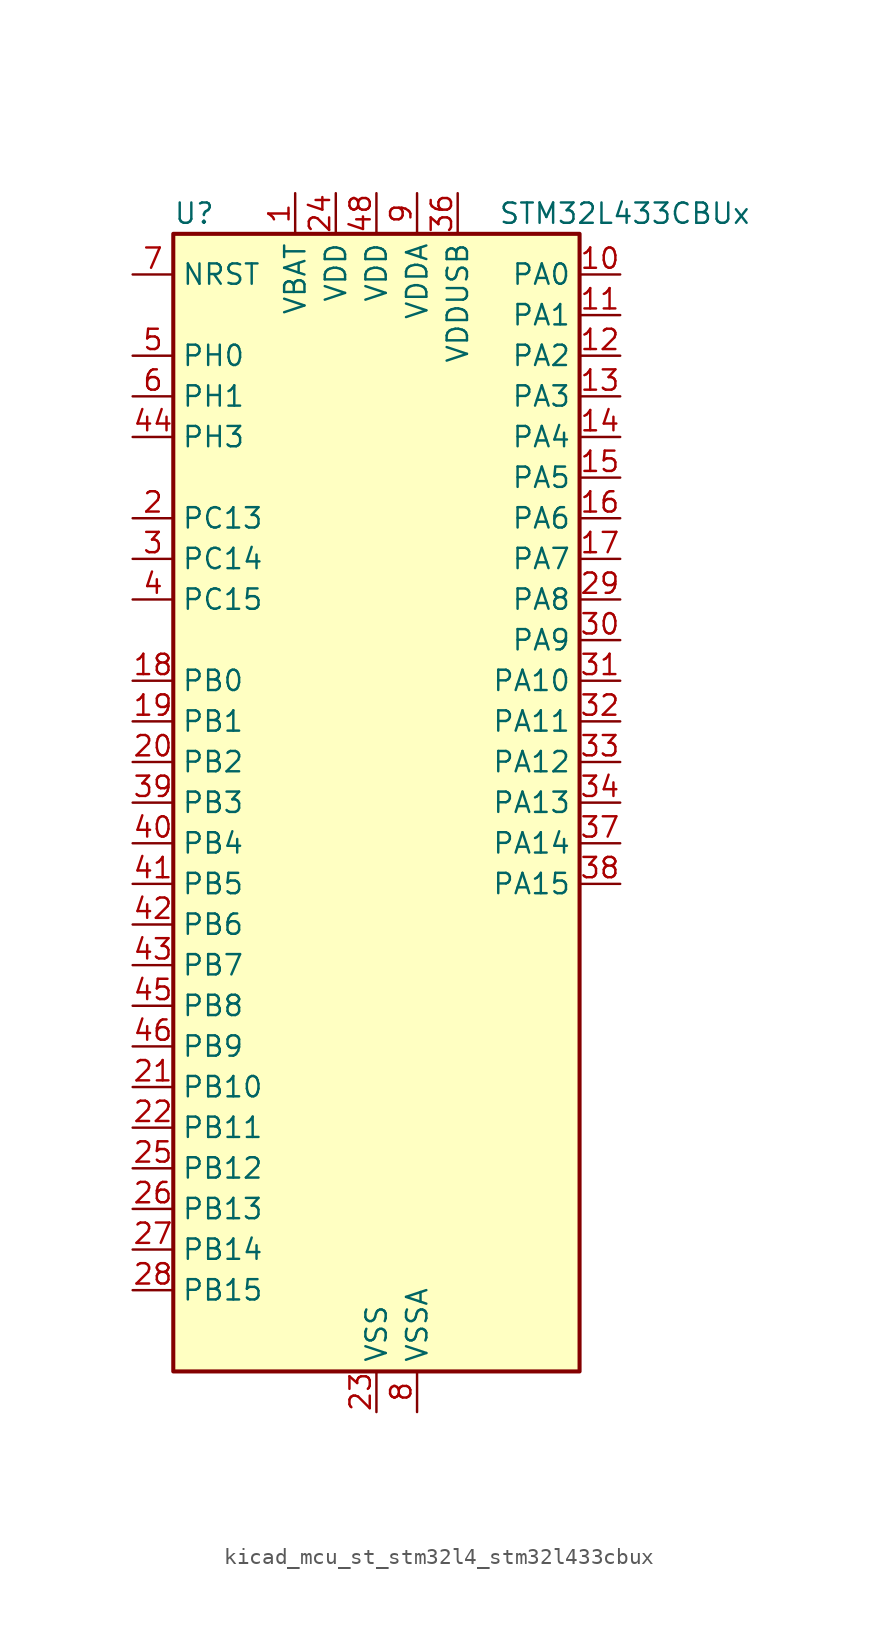
<source format=kicad_sym>
(kicad_symbol_lib
  (version 20220914)
  (generator kicad_symbol_editor)
  (symbol "kicad_mcu_st_stm32l4_stm32l433cbux"
    (property "Reference" "U"
      (at -12.7 36.83 0)
      (effects (font (size 1.27 1.27)) (justify left)))
    (property "Value" "STM32L433CBUx"
      (at 7.62 36.83 0)
      (effects (font (size 1.27 1.27)) (justify left)))
    (property "ki_locked" ""
      (at 0 0 0)
      (effects (font (size 1.27 1.27))))
    (symbol "kicad_mcu_st_stm32l4_stm32l433cbux_0_1"
      (rectangle (start -12.7 -35.56) (end 12.7 35.56) (stroke (width 0.254) (type default)) (fill (type background))))
    (symbol "kicad_mcu_st_stm32l4_stm32l433cbux_1_1"
      (pin power_in line (at -5.08 38.1 270) (length 2.54) (name "VBAT" (effects (font (size 1.27 1.27)))) (number "1" (effects (font (size 1.27 1.27)))))
      (pin bidirectional line (at 15.24 33.02 180) (length 2.54) (name "PA0" (effects (font (size 1.27 1.27)))) (number "10" (effects (font (size 1.27 1.27)))) (alternate "ADC1_IN5" bidirectional line) (alternate "COMP1_INM" bidirectional line) (alternate "COMP1_OUT" bidirectional line) (alternate "OPAMP1_VINP" bidirectional line) (alternate "RTC_TAMP2" bidirectional line) (alternate "SAI1_EXTCLK" bidirectional line) (alternate "SYS_WKUP1" bidirectional line) (alternate "TIM2_CH1" bidirectional line) (alternate "TIM2_ETR" bidirectional line) (alternate "USART2_CTS" bidirectional line))
      (pin bidirectional line (at 15.24 30.48 180) (length 2.54) (name "PA1" (effects (font (size 1.27 1.27)))) (number "11" (effects (font (size 1.27 1.27)))) (alternate "ADC1_IN6" bidirectional line) (alternate "COMP1_INP" bidirectional line) (alternate "I2C1_SMBA" bidirectional line) (alternate "LCD_SEG0" bidirectional line) (alternate "OPAMP1_VINM" bidirectional line) (alternate "SPI1_SCK" bidirectional line) (alternate "TIM15_CH1N" bidirectional line) (alternate "TIM2_CH2" bidirectional line) (alternate "USART2_DE" bidirectional line) (alternate "USART2_RTS" bidirectional line))
      (pin bidirectional line (at 15.24 27.94 180) (length 2.54) (name "PA2" (effects (font (size 1.27 1.27)))) (number "12" (effects (font (size 1.27 1.27)))) (alternate "ADC1_IN7" bidirectional line) (alternate "COMP2_INM" bidirectional line) (alternate "COMP2_OUT" bidirectional line) (alternate "LCD_SEG1" bidirectional line) (alternate "LPUART1_TX" bidirectional line) (alternate "QUADSPI_BK1_NCS" bidirectional line) (alternate "RCC_LSCO" bidirectional line) (alternate "SYS_WKUP4" bidirectional line) (alternate "TIM15_CH1" bidirectional line) (alternate "TIM2_CH3" bidirectional line) (alternate "USART2_TX" bidirectional line))
      (pin bidirectional line (at 15.24 25.4 180) (length 2.54) (name "PA3" (effects (font (size 1.27 1.27)))) (number "13" (effects (font (size 1.27 1.27)))) (alternate "ADC1_IN8" bidirectional line) (alternate "COMP2_INP" bidirectional line) (alternate "LCD_SEG2" bidirectional line) (alternate "LPUART1_RX" bidirectional line) (alternate "OPAMP1_VOUT" bidirectional line) (alternate "QUADSPI_CLK" bidirectional line) (alternate "SAI1_MCLK_A" bidirectional line) (alternate "TIM15_CH2" bidirectional line) (alternate "TIM2_CH4" bidirectional line) (alternate "USART2_RX" bidirectional line))
      (pin bidirectional line (at 15.24 22.86 180) (length 2.54) (name "PA4" (effects (font (size 1.27 1.27)))) (number "14" (effects (font (size 1.27 1.27)))) (alternate "ADC1_IN9" bidirectional line) (alternate "COMP1_INM" bidirectional line) (alternate "COMP2_INM" bidirectional line) (alternate "DAC1_OUT1" bidirectional line) (alternate "LPTIM2_OUT" bidirectional line) (alternate "SAI1_FS_B" bidirectional line) (alternate "SPI1_NSS" bidirectional line) (alternate "SPI3_NSS" bidirectional line) (alternate "USART2_CK" bidirectional line))
      (pin bidirectional line (at 15.24 20.32 180) (length 2.54) (name "PA5" (effects (font (size 1.27 1.27)))) (number "15" (effects (font (size 1.27 1.27)))) (alternate "ADC1_IN10" bidirectional line) (alternate "COMP1_INM" bidirectional line) (alternate "COMP2_INM" bidirectional line) (alternate "DAC1_OUT2" bidirectional line) (alternate "LPTIM2_ETR" bidirectional line) (alternate "SPI1_SCK" bidirectional line) (alternate "TIM2_CH1" bidirectional line) (alternate "TIM2_ETR" bidirectional line))
      (pin bidirectional line (at 15.24 17.78 180) (length 2.54) (name "PA6" (effects (font (size 1.27 1.27)))) (number "16" (effects (font (size 1.27 1.27)))) (alternate "ADC1_IN11" bidirectional line) (alternate "COMP1_OUT" bidirectional line) (alternate "LCD_SEG3" bidirectional line) (alternate "LPUART1_CTS" bidirectional line) (alternate "QUADSPI_BK1_IO3" bidirectional line) (alternate "SPI1_MISO" bidirectional line) (alternate "TIM16_CH1" bidirectional line) (alternate "TIM1_BKIN" bidirectional line) (alternate "TIM1_BKIN_COMP2" bidirectional line) (alternate "USART3_CTS" bidirectional line))
      (pin bidirectional line (at 15.24 15.24 180) (length 2.54) (name "PA7" (effects (font (size 1.27 1.27)))) (number "17" (effects (font (size 1.27 1.27)))) (alternate "ADC1_IN12" bidirectional line) (alternate "COMP2_OUT" bidirectional line) (alternate "I2C3_SCL" bidirectional line) (alternate "LCD_SEG4" bidirectional line) (alternate "QUADSPI_BK1_IO2" bidirectional line) (alternate "SPI1_MOSI" bidirectional line) (alternate "TIM1_CH1N" bidirectional line))
      (pin bidirectional line (at -15.24 7.62 0) (length 2.54) (name "PB0" (effects (font (size 1.27 1.27)))) (number "18" (effects (font (size 1.27 1.27)))) (alternate "ADC1_IN15" bidirectional line) (alternate "COMP1_OUT" bidirectional line) (alternate "LCD_SEG5" bidirectional line) (alternate "QUADSPI_BK1_IO1" bidirectional line) (alternate "SAI1_EXTCLK" bidirectional line) (alternate "SPI1_NSS" bidirectional line) (alternate "TIM1_CH2N" bidirectional line) (alternate "USART3_CK" bidirectional line))
      (pin bidirectional line (at -15.24 5.08 0) (length 2.54) (name "PB1" (effects (font (size 1.27 1.27)))) (number "19" (effects (font (size 1.27 1.27)))) (alternate "ADC1_IN16" bidirectional line) (alternate "COMP1_INM" bidirectional line) (alternate "LCD_SEG6" bidirectional line) (alternate "LPTIM2_IN1" bidirectional line) (alternate "LPUART1_DE" bidirectional line) (alternate "LPUART1_RTS" bidirectional line) (alternate "QUADSPI_BK1_IO0" bidirectional line) (alternate "TIM1_CH3N" bidirectional line) (alternate "USART3_DE" bidirectional line) (alternate "USART3_RTS" bidirectional line))
      (pin bidirectional line (at -15.24 17.78 0) (length 2.54) (name "PC13" (effects (font (size 1.27 1.27)))) (number "2" (effects (font (size 1.27 1.27)))) (alternate "RTC_OUT_ALARM" bidirectional line) (alternate "RTC_OUT_CALIB" bidirectional line) (alternate "RTC_TAMP1" bidirectional line) (alternate "RTC_TS" bidirectional line) (alternate "SYS_WKUP2" bidirectional line))
      (pin bidirectional line (at -15.24 2.54 0) (length 2.54) (name "PB2" (effects (font (size 1.27 1.27)))) (number "20" (effects (font (size 1.27 1.27)))) (alternate "COMP1_INP" bidirectional line) (alternate "I2C3_SMBA" bidirectional line) (alternate "LCD_VLCD" bidirectional line) (alternate "LPTIM1_OUT" bidirectional line) (alternate "RTC_OUT_ALARM" bidirectional line) (alternate "RTC_OUT_CALIB" bidirectional line))
      (pin bidirectional line (at -15.24 -17.78 0) (length 2.54) (name "PB10" (effects (font (size 1.27 1.27)))) (number "21" (effects (font (size 1.27 1.27)))) (alternate "COMP1_OUT" bidirectional line) (alternate "I2C2_SCL" bidirectional line) (alternate "LCD_SEG10" bidirectional line) (alternate "LPUART1_RX" bidirectional line) (alternate "QUADSPI_CLK" bidirectional line) (alternate "SAI1_SCK_A" bidirectional line) (alternate "SPI2_SCK" bidirectional line) (alternate "TIM2_CH3" bidirectional line) (alternate "TSC_SYNC" bidirectional line) (alternate "USART3_TX" bidirectional line))
      (pin bidirectional line (at -15.24 -20.32 0) (length 2.54) (name "PB11" (effects (font (size 1.27 1.27)))) (number "22" (effects (font (size 1.27 1.27)))) (alternate "ADC1_EXTI11" bidirectional line) (alternate "COMP2_OUT" bidirectional line) (alternate "I2C2_SDA" bidirectional line) (alternate "LCD_SEG11" bidirectional line) (alternate "LPUART1_TX" bidirectional line) (alternate "QUADSPI_BK1_NCS" bidirectional line) (alternate "TIM2_CH4" bidirectional line) (alternate "USART3_RX" bidirectional line))
      (pin power_in line (at 0 -38.1 90) (length 2.54) (name "VSS" (effects (font (size 1.27 1.27)))) (number "23" (effects (font (size 1.27 1.27)))))
      (pin power_in line (at -2.54 38.1 270) (length 2.54) (name "VDD" (effects (font (size 1.27 1.27)))) (number "24" (effects (font (size 1.27 1.27)))))
      (pin bidirectional line (at -15.24 -22.86 0) (length 2.54) (name "PB12" (effects (font (size 1.27 1.27)))) (number "25" (effects (font (size 1.27 1.27)))) (alternate "I2C2_SMBA" bidirectional line) (alternate "LCD_SEG12" bidirectional line) (alternate "LPUART1_DE" bidirectional line) (alternate "LPUART1_RTS" bidirectional line) (alternate "SAI1_FS_A" bidirectional line) (alternate "SPI2_NSS" bidirectional line) (alternate "SWPMI1_IO" bidirectional line) (alternate "TIM15_BKIN" bidirectional line) (alternate "TIM1_BKIN" bidirectional line) (alternate "TIM1_BKIN_COMP2" bidirectional line) (alternate "TSC_G1_IO1" bidirectional line) (alternate "USART3_CK" bidirectional line))
      (pin bidirectional line (at -15.24 -25.4 0) (length 2.54) (name "PB13" (effects (font (size 1.27 1.27)))) (number "26" (effects (font (size 1.27 1.27)))) (alternate "I2C2_SCL" bidirectional line) (alternate "LCD_SEG13" bidirectional line) (alternate "LPUART1_CTS" bidirectional line) (alternate "SAI1_SCK_A" bidirectional line) (alternate "SPI2_SCK" bidirectional line) (alternate "SWPMI1_TX" bidirectional line) (alternate "TIM15_CH1N" bidirectional line) (alternate "TIM1_CH1N" bidirectional line) (alternate "TSC_G1_IO2" bidirectional line) (alternate "USART3_CTS" bidirectional line))
      (pin bidirectional line (at -15.24 -27.94 0) (length 2.54) (name "PB14" (effects (font (size 1.27 1.27)))) (number "27" (effects (font (size 1.27 1.27)))) (alternate "I2C2_SDA" bidirectional line) (alternate "LCD_SEG14" bidirectional line) (alternate "SAI1_MCLK_A" bidirectional line) (alternate "SPI2_MISO" bidirectional line) (alternate "SWPMI1_RX" bidirectional line) (alternate "TIM15_CH1" bidirectional line) (alternate "TIM1_CH2N" bidirectional line) (alternate "TSC_G1_IO3" bidirectional line) (alternate "USART3_DE" bidirectional line) (alternate "USART3_RTS" bidirectional line))
      (pin bidirectional line (at -15.24 -30.48 0) (length 2.54) (name "PB15" (effects (font (size 1.27 1.27)))) (number "28" (effects (font (size 1.27 1.27)))) (alternate "ADC1_EXTI15" bidirectional line) (alternate "LCD_SEG15" bidirectional line) (alternate "RTC_REFIN" bidirectional line) (alternate "SAI1_SD_A" bidirectional line) (alternate "SPI2_MOSI" bidirectional line) (alternate "SWPMI1_SUSPEND" bidirectional line) (alternate "TIM15_CH2" bidirectional line) (alternate "TIM1_CH3N" bidirectional line) (alternate "TSC_G1_IO4" bidirectional line))
      (pin bidirectional line (at 15.24 12.7 180) (length 2.54) (name "PA8" (effects (font (size 1.27 1.27)))) (number "29" (effects (font (size 1.27 1.27)))) (alternate "LCD_COM0" bidirectional line) (alternate "LPTIM2_OUT" bidirectional line) (alternate "RCC_MCO" bidirectional line) (alternate "SAI1_SCK_A" bidirectional line) (alternate "SWPMI1_IO" bidirectional line) (alternate "TIM1_CH1" bidirectional line) (alternate "USART1_CK" bidirectional line))
      (pin bidirectional line (at -15.24 15.24 0) (length 2.54) (name "PC14" (effects (font (size 1.27 1.27)))) (number "3" (effects (font (size 1.27 1.27)))) (alternate "RCC_OSC32_IN" bidirectional line))
      (pin bidirectional line (at 15.24 10.16 180) (length 2.54) (name "PA9" (effects (font (size 1.27 1.27)))) (number "30" (effects (font (size 1.27 1.27)))) (alternate "DAC1_EXTI9" bidirectional line) (alternate "I2C1_SCL" bidirectional line) (alternate "LCD_COM1" bidirectional line) (alternate "SAI1_FS_A" bidirectional line) (alternate "TIM15_BKIN" bidirectional line) (alternate "TIM1_CH2" bidirectional line) (alternate "USART1_TX" bidirectional line))
      (pin bidirectional line (at 15.24 7.62 180) (length 2.54) (name "PA10" (effects (font (size 1.27 1.27)))) (number "31" (effects (font (size 1.27 1.27)))) (alternate "CRS_SYNC" bidirectional line) (alternate "I2C1_SDA" bidirectional line) (alternate "LCD_COM2" bidirectional line) (alternate "SAI1_SD_A" bidirectional line) (alternate "TIM1_CH3" bidirectional line) (alternate "USART1_RX" bidirectional line))
      (pin bidirectional line (at 15.24 5.08 180) (length 2.54) (name "PA11" (effects (font (size 1.27 1.27)))) (number "32" (effects (font (size 1.27 1.27)))) (alternate "ADC1_EXTI11" bidirectional line) (alternate "CAN1_RX" bidirectional line) (alternate "COMP1_OUT" bidirectional line) (alternate "SPI1_MISO" bidirectional line) (alternate "TIM1_BKIN2" bidirectional line) (alternate "TIM1_BKIN2_COMP1" bidirectional line) (alternate "TIM1_CH4" bidirectional line) (alternate "USART1_CTS" bidirectional line) (alternate "USB_DM" bidirectional line))
      (pin bidirectional line (at 15.24 2.54 180) (length 2.54) (name "PA12" (effects (font (size 1.27 1.27)))) (number "33" (effects (font (size 1.27 1.27)))) (alternate "CAN1_TX" bidirectional line) (alternate "SPI1_MOSI" bidirectional line) (alternate "TIM1_ETR" bidirectional line) (alternate "USART1_DE" bidirectional line) (alternate "USART1_RTS" bidirectional line) (alternate "USB_DP" bidirectional line))
      (pin bidirectional line (at 15.24 0 180) (length 2.54) (name "PA13" (effects (font (size 1.27 1.27)))) (number "34" (effects (font (size 1.27 1.27)))) (alternate "IR_OUT" bidirectional line) (alternate "SAI1_SD_B" bidirectional line) (alternate "SWPMI1_TX" bidirectional line) (alternate "SYS_JTMS-SWDIO" bidirectional line) (alternate "USB_NOE" bidirectional line))
      (pin passive line (at 0 -38.1 90) (length 2.54) hide (name "VSS" (effects (font (size 1.27 1.27)))) (number "35" (effects (font (size 1.27 1.27)))))
      (pin power_in line (at 5.08 38.1 270) (length 2.54) (name "VDDUSB" (effects (font (size 1.27 1.27)))) (number "36" (effects (font (size 1.27 1.27)))))
      (pin bidirectional line (at 15.24 -2.54 180) (length 2.54) (name "PA14" (effects (font (size 1.27 1.27)))) (number "37" (effects (font (size 1.27 1.27)))) (alternate "I2C1_SMBA" bidirectional line) (alternate "LPTIM1_OUT" bidirectional line) (alternate "SAI1_FS_B" bidirectional line) (alternate "SWPMI1_RX" bidirectional line) (alternate "SYS_JTCK-SWCLK" bidirectional line))
      (pin bidirectional line (at 15.24 -5.08 180) (length 2.54) (name "PA15" (effects (font (size 1.27 1.27)))) (number "38" (effects (font (size 1.27 1.27)))) (alternate "ADC1_EXTI15" bidirectional line) (alternate "LCD_SEG17" bidirectional line) (alternate "SPI1_NSS" bidirectional line) (alternate "SPI3_NSS" bidirectional line) (alternate "SWPMI1_SUSPEND" bidirectional line) (alternate "SYS_JTDI" bidirectional line) (alternate "TIM2_CH1" bidirectional line) (alternate "TIM2_ETR" bidirectional line) (alternate "USART2_RX" bidirectional line) (alternate "USART3_DE" bidirectional line) (alternate "USART3_RTS" bidirectional line))
      (pin bidirectional line (at -15.24 0 0) (length 2.54) (name "PB3" (effects (font (size 1.27 1.27)))) (number "39" (effects (font (size 1.27 1.27)))) (alternate "COMP2_INM" bidirectional line) (alternate "LCD_SEG7" bidirectional line) (alternate "SAI1_SCK_B" bidirectional line) (alternate "SPI1_SCK" bidirectional line) (alternate "SPI3_SCK" bidirectional line) (alternate "SYS_JTDO-SWO" bidirectional line) (alternate "TIM2_CH2" bidirectional line) (alternate "USART1_DE" bidirectional line) (alternate "USART1_RTS" bidirectional line))
      (pin bidirectional line (at -15.24 12.7 0) (length 2.54) (name "PC15" (effects (font (size 1.27 1.27)))) (number "4" (effects (font (size 1.27 1.27)))) (alternate "ADC1_EXTI15" bidirectional line) (alternate "RCC_OSC32_OUT" bidirectional line))
      (pin bidirectional line (at -15.24 -2.54 0) (length 2.54) (name "PB4" (effects (font (size 1.27 1.27)))) (number "40" (effects (font (size 1.27 1.27)))) (alternate "COMP2_INP" bidirectional line) (alternate "I2C3_SDA" bidirectional line) (alternate "LCD_SEG8" bidirectional line) (alternate "SAI1_MCLK_B" bidirectional line) (alternate "SPI1_MISO" bidirectional line) (alternate "SPI3_MISO" bidirectional line) (alternate "SYS_JTRST" bidirectional line) (alternate "TSC_G2_IO1" bidirectional line) (alternate "USART1_CTS" bidirectional line))
      (pin bidirectional line (at -15.24 -5.08 0) (length 2.54) (name "PB5" (effects (font (size 1.27 1.27)))) (number "41" (effects (font (size 1.27 1.27)))) (alternate "COMP2_OUT" bidirectional line) (alternate "I2C1_SMBA" bidirectional line) (alternate "LCD_SEG9" bidirectional line) (alternate "LPTIM1_IN1" bidirectional line) (alternate "SAI1_SD_B" bidirectional line) (alternate "SPI1_MOSI" bidirectional line) (alternate "SPI3_MOSI" bidirectional line) (alternate "TIM16_BKIN" bidirectional line) (alternate "TSC_G2_IO2" bidirectional line) (alternate "USART1_CK" bidirectional line))
      (pin bidirectional line (at -15.24 -7.62 0) (length 2.54) (name "PB6" (effects (font (size 1.27 1.27)))) (number "42" (effects (font (size 1.27 1.27)))) (alternate "COMP2_INP" bidirectional line) (alternate "I2C1_SCL" bidirectional line) (alternate "LPTIM1_ETR" bidirectional line) (alternate "SAI1_FS_B" bidirectional line) (alternate "TIM16_CH1N" bidirectional line) (alternate "TSC_G2_IO3" bidirectional line) (alternate "USART1_TX" bidirectional line))
      (pin bidirectional line (at -15.24 -10.16 0) (length 2.54) (name "PB7" (effects (font (size 1.27 1.27)))) (number "43" (effects (font (size 1.27 1.27)))) (alternate "COMP2_INM" bidirectional line) (alternate "I2C1_SDA" bidirectional line) (alternate "LCD_SEG21" bidirectional line) (alternate "LPTIM1_IN2" bidirectional line) (alternate "SYS_PVD_IN" bidirectional line) (alternate "TSC_G2_IO4" bidirectional line) (alternate "USART1_RX" bidirectional line))
      (pin bidirectional line (at -15.24 22.86 0) (length 2.54) (name "PH3" (effects (font (size 1.27 1.27)))) (number "44" (effects (font (size 1.27 1.27)))))
      (pin bidirectional line (at -15.24 -12.7 0) (length 2.54) (name "PB8" (effects (font (size 1.27 1.27)))) (number "45" (effects (font (size 1.27 1.27)))) (alternate "CAN1_RX" bidirectional line) (alternate "I2C1_SCL" bidirectional line) (alternate "LCD_SEG16" bidirectional line) (alternate "SAI1_MCLK_A" bidirectional line) (alternate "TIM16_CH1" bidirectional line))
      (pin bidirectional line (at -15.24 -15.24 0) (length 2.54) (name "PB9" (effects (font (size 1.27 1.27)))) (number "46" (effects (font (size 1.27 1.27)))) (alternate "CAN1_TX" bidirectional line) (alternate "DAC1_EXTI9" bidirectional line) (alternate "I2C1_SDA" bidirectional line) (alternate "IR_OUT" bidirectional line) (alternate "LCD_COM3" bidirectional line) (alternate "SAI1_FS_A" bidirectional line) (alternate "SPI2_NSS" bidirectional line))
      (pin passive line (at 0 -38.1 90) (length 2.54) hide (name "VSS" (effects (font (size 1.27 1.27)))) (number "47" (effects (font (size 1.27 1.27)))))
      (pin power_in line (at 0 38.1 270) (length 2.54) (name "VDD" (effects (font (size 1.27 1.27)))) (number "48" (effects (font (size 1.27 1.27)))))
      (pin passive line (at 0 -38.1 90) (length 2.54) hide (name "VSS" (effects (font (size 1.27 1.27)))) (number "49" (effects (font (size 1.27 1.27)))))
      (pin bidirectional line (at -15.24 27.94 0) (length 2.54) (name "PH0" (effects (font (size 1.27 1.27)))) (number "5" (effects (font (size 1.27 1.27)))) (alternate "RCC_OSC_IN" bidirectional line))
      (pin bidirectional line (at -15.24 25.4 0) (length 2.54) (name "PH1" (effects (font (size 1.27 1.27)))) (number "6" (effects (font (size 1.27 1.27)))) (alternate "RCC_OSC_OUT" bidirectional line))
      (pin input line (at -15.24 33.02 0) (length 2.54) (name "NRST" (effects (font (size 1.27 1.27)))) (number "7" (effects (font (size 1.27 1.27)))))
      (pin power_in line (at 2.54 -38.1 90) (length 2.54) (name "VSSA" (effects (font (size 1.27 1.27)))) (number "8" (effects (font (size 1.27 1.27)))))
      (pin power_in line (at 2.54 38.1 270) (length 2.54) (name "VDDA" (effects (font (size 1.27 1.27)))) (number "9" (effects (font (size 1.27 1.27))))))))
</source>
